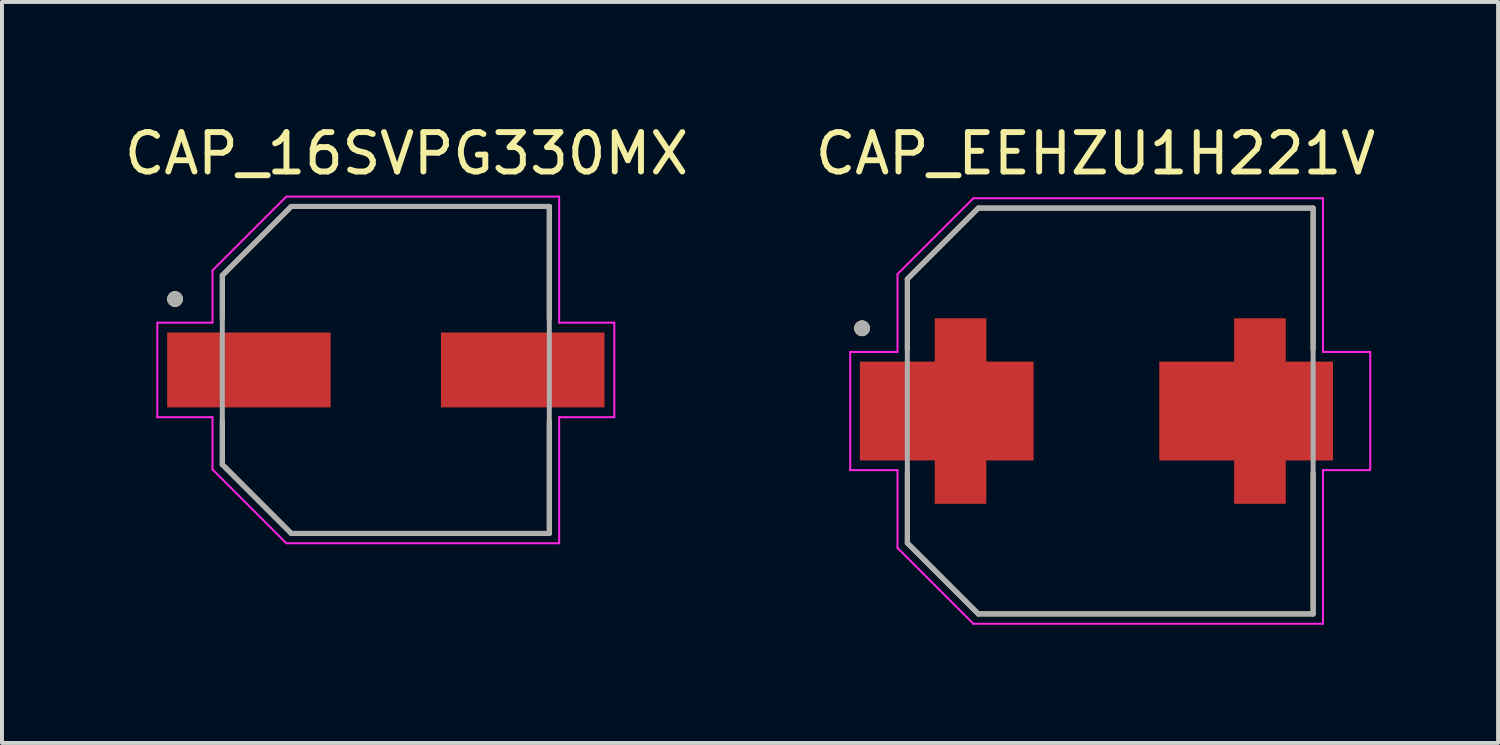
<source format=kicad_pcb>
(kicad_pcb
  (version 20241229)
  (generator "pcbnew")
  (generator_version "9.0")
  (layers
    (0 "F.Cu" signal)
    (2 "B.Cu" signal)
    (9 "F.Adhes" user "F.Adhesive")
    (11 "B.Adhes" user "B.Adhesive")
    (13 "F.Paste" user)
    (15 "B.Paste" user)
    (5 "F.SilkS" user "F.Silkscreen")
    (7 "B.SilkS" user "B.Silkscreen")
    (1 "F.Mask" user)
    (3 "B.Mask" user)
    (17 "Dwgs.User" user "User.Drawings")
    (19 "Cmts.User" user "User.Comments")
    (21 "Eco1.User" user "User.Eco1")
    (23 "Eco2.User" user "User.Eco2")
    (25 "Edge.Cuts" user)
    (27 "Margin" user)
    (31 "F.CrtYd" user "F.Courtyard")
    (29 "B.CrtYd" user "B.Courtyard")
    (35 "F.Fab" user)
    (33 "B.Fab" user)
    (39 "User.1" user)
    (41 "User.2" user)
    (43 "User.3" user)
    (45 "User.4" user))
  (footprint "CAP_EEHZU1H221V"
    (layer "F.Cu")
    (at 25.131 7.383)
    (property "Reference" "CAP_EEHZU1H221V" (at -0.375 -6.535 0) (layer "F.SilkS") (effects (font (size 1 1) (thickness 0.15))))
    (attr smd)
    (fp_poly (pts (xy -4.55 2.45) (xy -4.55 1.35) (xy -6.45 1.35) (xy -6.45 -1.35) (xy -4.55 -1.35) (xy -4.55 -2.45) (xy -3.05 -2.45) (xy -3.05 -1.35) (xy -1.85 -1.35) (xy -1.85 1.35) (xy -3.05 1.35) (xy -3.05 2.45)) (stroke (width 0.01) (type solid)) (fill yes) (layer "F.Mask"))
    (fp_poly (pts (xy 4.55 2.45) (xy 4.55 1.35) (xy 6.45 1.35) (xy 6.45 -1.35) (xy 4.55 -1.35) (xy 4.55 -2.45) (xy 3.05 -2.45) (xy 3.05 -1.35) (xy 1.85 -1.35) (xy 1.85 1.35) (xy 3.05 1.35) (xy 3.05 2.45)) (stroke (width 0.01) (type solid)) (fill yes) (layer "F.Mask"))
    (fp_line (start -5.15 -3.35) (end -5.15 -1.57) (stroke (width 0.127) (type solid)) (layer "F.SilkS"))
    (fp_line (start -5.15 1.57) (end -5.15 3.35) (stroke (width 0.127) (type solid)) (layer "F.SilkS"))
    (fp_line (start -5.15 3.35) (end -3.35 5.15) (stroke (width 0.127) (type solid)) (layer "F.SilkS"))
    (fp_line (start -3.35 -5.15) (end -5.15 -3.35) (stroke (width 0.127) (type solid)) (layer "F.SilkS"))
    (fp_line (start -3.35 5.15) (end 5.15 5.15) (stroke (width 0.127) (type solid)) (layer "F.SilkS"))
    (fp_line (start 5.15 -5.15) (end -3.35 -5.15) (stroke (width 0.127) (type solid)) (layer "F.SilkS"))
    (fp_line (start 5.15 -1.57) (end 5.15 -5.15) (stroke (width 0.127) (type solid)) (layer "F.SilkS"))
    (fp_line (start 5.15 5.15) (end 5.15 1.57) (stroke (width 0.127) (type solid)) (layer "F.SilkS"))
    (fp_circle (center -6.3 -2.1) (end -6.2 -2.1) (stroke (width 0.2) (type solid)) (fill no) (layer "F.SilkS"))
    (fp_poly (pts (xy -4.45 2.35) (xy -4.45 1.25) (xy -6.35 1.25) (xy -6.35 -1.25) (xy -4.45 -1.25) (xy -4.45 -2.35) (xy -3.15 -2.35) (xy -3.15 -1.25) (xy -1.95 -1.25) (xy -1.95 1.25) (xy -3.15 1.25) (xy -3.15 2.35)) (stroke (width 0.01) (type solid)) (fill yes) (layer "F.Paste"))
    (fp_poly (pts (xy 4.45 2.35) (xy 4.45 1.25) (xy 6.35 1.25) (xy 6.35 -1.25) (xy 4.45 -1.25) (xy 4.45 -2.35) (xy 3.15 -2.35) (xy 3.15 -1.25) (xy 1.95 -1.25) (xy 1.95 1.25) (xy 3.15 1.25) (xy 3.15 2.35)) (stroke (width 0.01) (type solid)) (fill yes) (layer "F.Paste"))
    (fp_line (start -6.6 -1.5) (end -5.4 -1.5) (stroke (width 0.05) (type solid)) (layer "F.CrtYd"))
    (fp_line (start -6.6 1.5) (end -6.6 -1.5) (stroke (width 0.05) (type solid)) (layer "F.CrtYd"))
    (fp_line (start -5.4 -3.475) (end -3.475 -5.4) (stroke (width 0.05) (type solid)) (layer "F.CrtYd"))
    (fp_line (start -5.4 -1.5) (end -5.4 -3.475) (stroke (width 0.05) (type solid)) (layer "F.CrtYd"))
    (fp_line (start -5.4 1.5) (end -6.6 1.5) (stroke (width 0.05) (type solid)) (layer "F.CrtYd"))
    (fp_line (start -5.4 3.475) (end -5.4 1.5) (stroke (width 0.05) (type solid)) (layer "F.CrtYd"))
    (fp_line (start -3.475 -5.4) (end 5.4 -5.4) (stroke (width 0.05) (type solid)) (layer "F.CrtYd"))
    (fp_line (start -3.475 5.4) (end -5.4 3.475) (stroke (width 0.05) (type solid)) (layer "F.CrtYd"))
    (fp_line (start 5.4 -5.4) (end 5.4 -1.5) (stroke (width 0.05) (type solid)) (layer "F.CrtYd"))
    (fp_line (start 5.4 -1.5) (end 6.6 -1.5) (stroke (width 0.05) (type solid)) (layer "F.CrtYd"))
    (fp_line (start 5.4 1.5) (end 5.4 5.4) (stroke (width 0.05) (type solid)) (layer "F.CrtYd"))
    (fp_line (start 5.4 5.4) (end -3.475 5.4) (stroke (width 0.05) (type solid)) (layer "F.CrtYd"))
    (fp_line (start 6.6 -1.5) (end 6.6 1.5) (stroke (width 0.05) (type solid)) (layer "F.CrtYd"))
    (fp_line (start 6.6 1.5) (end 5.4 1.5) (stroke (width 0.05) (type solid)) (layer "F.CrtYd"))
    (fp_line (start -5.15 -3.35) (end -5.15 3.35) (stroke (width 0.127) (type solid)) (layer "F.Fab"))
    (fp_line (start -5.15 3.35) (end -3.35 5.15) (stroke (width 0.127) (type solid)) (layer "F.Fab"))
    (fp_line (start -3.35 -5.15) (end -5.15 -3.35) (stroke (width 0.127) (type solid)) (layer "F.Fab"))
    (fp_line (start -3.35 5.15) (end 5.15 5.15) (stroke (width 0.127) (type solid)) (layer "F.Fab"))
    (fp_line (start 5.15 -5.15) (end -3.35 -5.15) (stroke (width 0.127) (type solid)) (layer "F.Fab"))
    (fp_line (start 5.15 5.15) (end 5.15 -5.15) (stroke (width 0.127) (type solid)) (layer "F.Fab"))
    (fp_circle (center -6.3 -2.1) (end -6.2 -2.1) (stroke (width 0.2) (type solid)) (fill no) (layer "F.Fab"))
    (pad "1" smd custom (at -3.8 0) (size 2 2) (layers "F.Cu") (options (anchor rect)) (primitives (gr_poly (pts (xy -0.65 2.35) (xy -0.65 1.25) (xy -2.55 1.25) (xy -2.55 -1.25) (xy -0.65 -1.25) (xy -0.65 -2.35) (xy 0.65 -2.35) (xy 0.65 -1.25) (xy 1.85 -1.25) (xy 1.85 1.25) (xy 0.65 1.25) (xy 0.65 2.35)) (width 0.01) (fill yes))))
    (pad "2" smd custom (at 3.8 0 180) (size 2 2) (layers "F.Cu") (options (anchor rect)) (primitives (gr_poly (pts (xy 0.65 2.35) (xy 0.65 1.25) (xy 2.55 1.25) (xy 2.55 -1.25) (xy 0.65 -1.25) (xy 0.65 -2.35) (xy -0.65 -2.35) (xy -0.65 -1.25) (xy -1.85 -1.25) (xy -1.85 1.25) (xy -0.65 1.25) (xy -0.65 2.35)) (width 0.01) (fill yes)))))
  (footprint "CAP_16SVPG330MX"
    (layer "F.Cu")
    (at 6.743 6.34)
    (property "Reference" "CAP_16SVPG330MX" (at 0.525 -5.492 0) (layer "F.SilkS") (effects (font (size 1 1) (thickness 0.15))))
    (attr smd)
    (fp_line (start -4.15 -2.4) (end -2.4 -4.15) (stroke (width 0.127) (type solid)) (layer "F.SilkS"))
    (fp_line (start -4.15 -1.3) (end -4.15 -2.4) (stroke (width 0.127) (type solid)) (layer "F.SilkS"))
    (fp_line (start -4.15 1.3) (end -4.15 2.4) (stroke (width 0.127) (type solid)) (layer "F.SilkS"))
    (fp_line (start -4.15 2.4) (end -2.4 4.15) (stroke (width 0.127) (type solid)) (layer "F.SilkS"))
    (fp_line (start -2.4 -4.15) (end 4.15 -4.15) (stroke (width 0.127) (type solid)) (layer "F.SilkS"))
    (fp_line (start -2.4 4.15) (end 4.15 4.15) (stroke (width 0.127) (type solid)) (layer "F.SilkS"))
    (fp_line (start 4.15 -4.15) (end 4.15 -1.3) (stroke (width 0.127) (type solid)) (layer "F.SilkS"))
    (fp_line (start 4.15 4.15) (end 4.15 1.3) (stroke (width 0.127) (type solid)) (layer "F.SilkS"))
    (fp_circle (center -5.35 -1.8) (end -5.25 -1.8) (stroke (width 0.2) (type solid)) (fill no) (layer "F.SilkS"))
    (fp_line (start -5.8 -1.2) (end -4.4 -1.2) (stroke (width 0.05) (type solid)) (layer "F.CrtYd"))
    (fp_line (start -5.8 1.2) (end -5.8 -1.2) (stroke (width 0.05) (type solid)) (layer "F.CrtYd"))
    (fp_line (start -4.4 -2.525) (end -2.525 -4.4) (stroke (width 0.05) (type solid)) (layer "F.CrtYd"))
    (fp_line (start -4.4 -1.2) (end -4.4 -2.525) (stroke (width 0.05) (type solid)) (layer "F.CrtYd"))
    (fp_line (start -4.4 1.2) (end -5.8 1.2) (stroke (width 0.05) (type solid)) (layer "F.CrtYd"))
    (fp_line (start -4.4 2.525) (end -4.4 1.2) (stroke (width 0.05) (type solid)) (layer "F.CrtYd"))
    (fp_line (start -2.525 -4.4) (end 4.4 -4.4) (stroke (width 0.05) (type solid)) (layer "F.CrtYd"))
    (fp_line (start -2.525 4.4) (end -4.4 2.525) (stroke (width 0.05) (type solid)) (layer "F.CrtYd"))
    (fp_line (start 4.4 -4.4) (end 4.4 -1.2) (stroke (width 0.05) (type solid)) (layer "F.CrtYd"))
    (fp_line (start 4.4 -1.2) (end 5.8 -1.2) (stroke (width 0.05) (type solid)) (layer "F.CrtYd"))
    (fp_line (start 4.4 1.2) (end 4.4 4.4) (stroke (width 0.05) (type solid)) (layer "F.CrtYd"))
    (fp_line (start 4.4 4.4) (end -2.525 4.4) (stroke (width 0.05) (type solid)) (layer "F.CrtYd"))
    (fp_line (start 5.8 -1.2) (end 5.8 1.2) (stroke (width 0.05) (type solid)) (layer "F.CrtYd"))
    (fp_line (start 5.8 1.2) (end 4.4 1.2) (stroke (width 0.05) (type solid)) (layer "F.CrtYd"))
    (fp_line (start -4.15 -2.4) (end -2.4 -4.15) (stroke (width 0.127) (type solid)) (layer "F.Fab"))
    (fp_line (start -4.15 2.4) (end -4.15 -2.4) (stroke (width 0.127) (type solid)) (layer "F.Fab"))
    (fp_line (start -2.4 -4.15) (end 4.15 -4.15) (stroke (width 0.127) (type solid)) (layer "F.Fab"))
    (fp_line (start -2.4 4.15) (end -4.15 2.4) (stroke (width 0.127) (type solid)) (layer "F.Fab"))
    (fp_line (start 4.15 -4.15) (end 4.15 4.15) (stroke (width 0.127) (type solid)) (layer "F.Fab"))
    (fp_line (start 4.15 4.15) (end -2.4 4.15) (stroke (width 0.127) (type solid)) (layer "F.Fab"))
    (fp_circle (center -5.35 -1.8) (end -5.25 -1.8) (stroke (width 0.2) (type solid)) (fill no) (layer "F.Fab"))
    (pad "1" smd rect (at -3.475 0) (size 4.15 1.9) (layers "F.Cu" "F.Mask" "F.Paste"))
    (pad "2" smd rect (at 3.475 0) (size 4.15 1.9) (layers "F.Cu" "F.Mask" "F.Paste")))
  (gr_rect
    (start -3 -3)
    (end 34.976 15.808)
    (stroke (width 0.1) (type default))
    (fill no)
    (layer "Edge.Cuts")))
</source>
